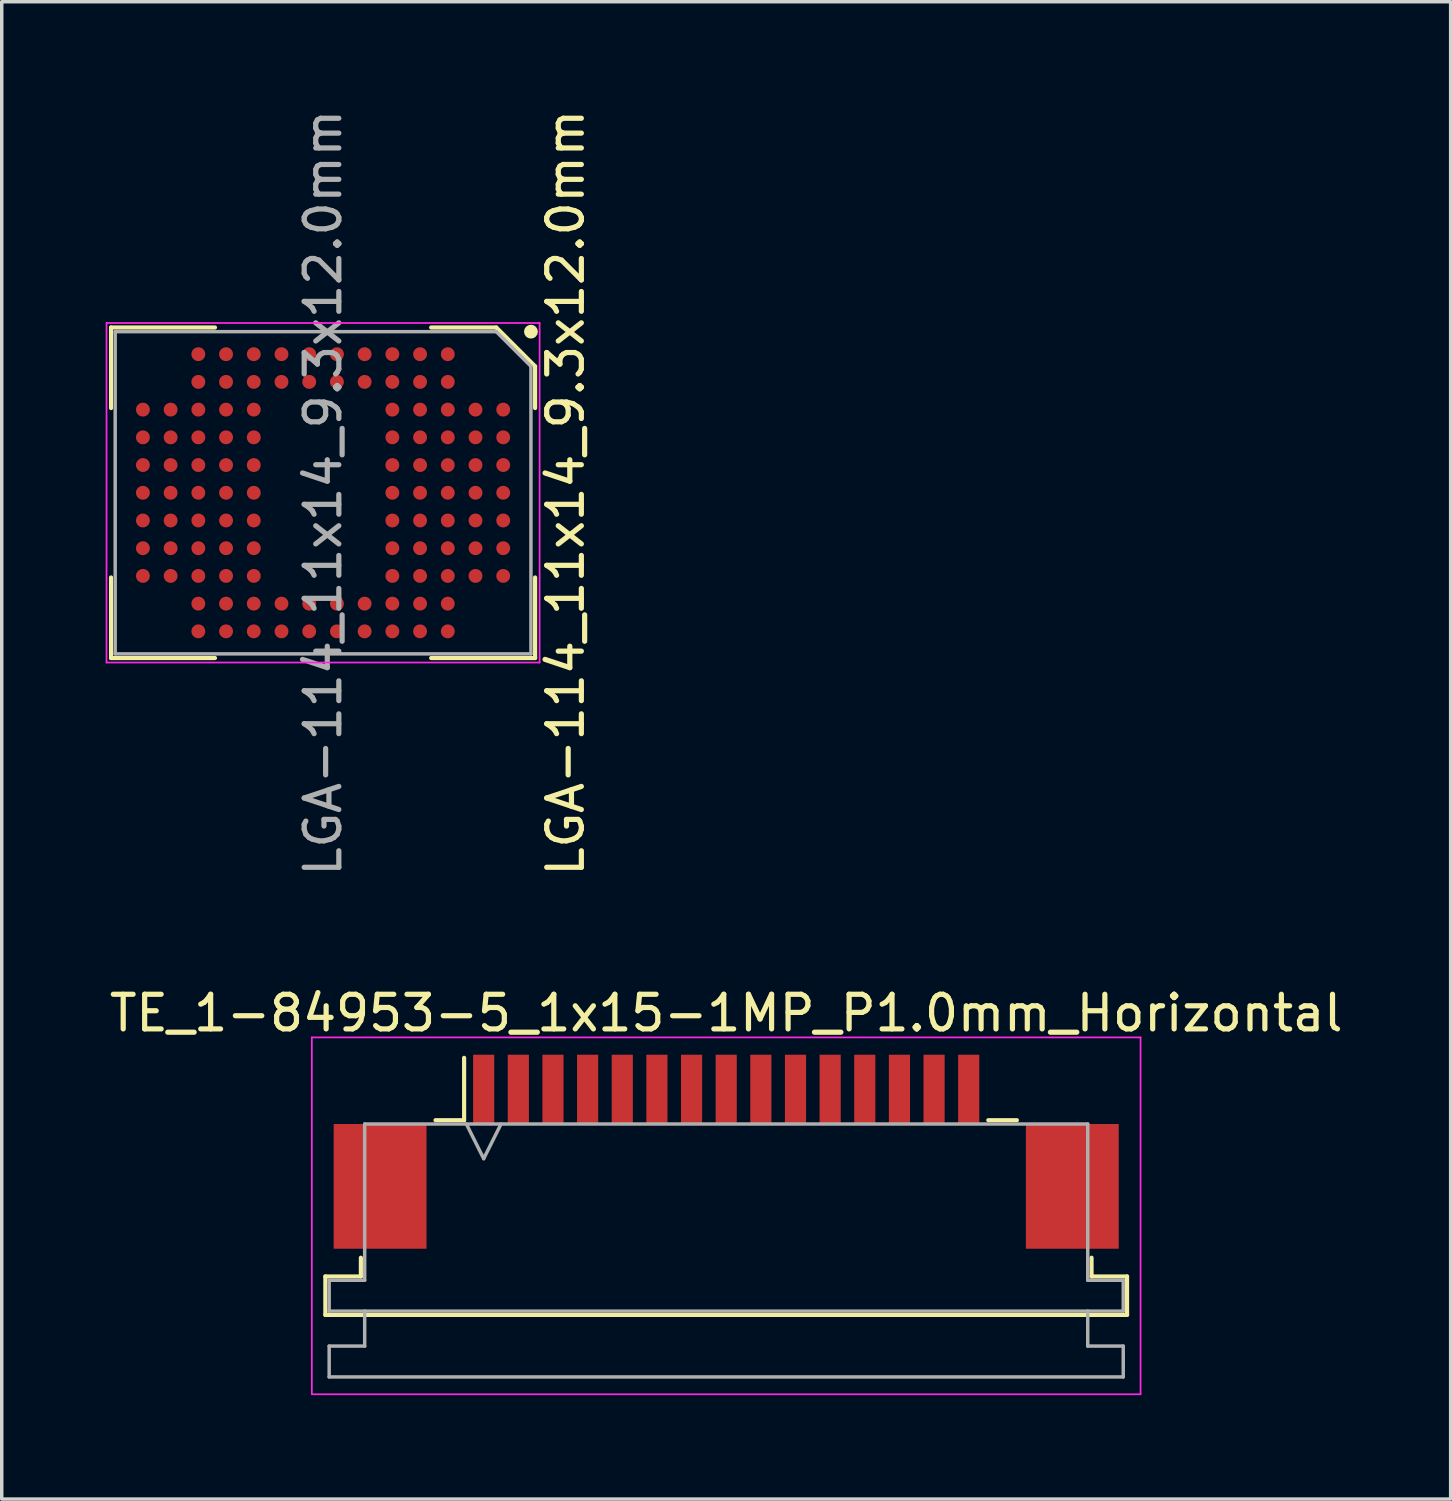
<source format=kicad_pcb>
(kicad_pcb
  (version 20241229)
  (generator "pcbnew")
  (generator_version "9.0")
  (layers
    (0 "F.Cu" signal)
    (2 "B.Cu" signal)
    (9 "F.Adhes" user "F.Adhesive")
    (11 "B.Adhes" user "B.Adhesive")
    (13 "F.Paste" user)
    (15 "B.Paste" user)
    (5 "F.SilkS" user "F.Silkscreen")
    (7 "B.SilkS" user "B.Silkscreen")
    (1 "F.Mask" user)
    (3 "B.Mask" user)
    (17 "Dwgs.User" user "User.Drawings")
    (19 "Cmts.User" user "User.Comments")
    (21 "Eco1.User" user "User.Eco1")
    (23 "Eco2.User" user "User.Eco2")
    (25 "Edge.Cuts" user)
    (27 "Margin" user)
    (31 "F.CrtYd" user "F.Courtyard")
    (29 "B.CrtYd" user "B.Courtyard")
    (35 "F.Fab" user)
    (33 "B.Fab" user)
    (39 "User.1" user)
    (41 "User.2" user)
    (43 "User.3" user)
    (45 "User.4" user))
  (footprint "LGA-114_11x14_9.3x12.0mm"
    (layer "F.Cu")
    (at 6.275 11.173)
    (property "Reference" "LGA-114_11x14_9.3x12.0mm" (at 7 0 90) (layer "F.SilkS") (effects (font (size 1 1) (thickness 0.15))))
    (attr smd)
    (fp_line (start -6.12 -4.77) (end -3.12 -4.77) (stroke (width 0.12) (type default)) (layer "F.SilkS"))
    (fp_line (start -6.12 -2.445) (end -6.12 -4.77) (stroke (width 0.12) (type default)) (layer "F.SilkS"))
    (fp_line (start -6.12 2.445) (end -6.12 4.77) (stroke (width 0.12) (type default)) (layer "F.SilkS"))
    (fp_line (start -6.12 4.77) (end -3.12 4.77) (stroke (width 0.12) (type default)) (layer "F.SilkS"))
    (fp_line (start 5 -4.77) (end 3.12 -4.77) (stroke (width 0.12) (type default)) (layer "F.SilkS"))
    (fp_line (start 6.12 -3.65) (end 5 -4.77) (stroke (width 0.12) (type default)) (layer "F.SilkS"))
    (fp_line (start 6.12 -2.445) (end 6.12 -3.65) (stroke (width 0.12) (type default)) (layer "F.SilkS"))
    (fp_line (start 6.12 2.445) (end 6.12 4.77) (stroke (width 0.12) (type default)) (layer "F.SilkS"))
    (fp_line (start 6.12 4.77) (end 3.12 4.77) (stroke (width 0.12) (type default)) (layer "F.SilkS"))
    (fp_circle (center 6 -4.65) (end 5.9 -4.65) (stroke (width 0.2) (type default)) (fill no) (layer "F.SilkS"))
    (fp_line (start -6.25 -4.9) (end 6.25 -4.9) (stroke (width 0.05) (type default)) (layer "F.CrtYd"))
    (fp_line (start -6.25 4.9) (end -6.25 -4.9) (stroke (width 0.05) (type default)) (layer "F.CrtYd"))
    (fp_line (start 6.25 -4.9) (end 6.25 4.9) (stroke (width 0.05) (type default)) (layer "F.CrtYd"))
    (fp_line (start 6.25 4.9) (end -6.25 4.9) (stroke (width 0.05) (type default)) (layer "F.CrtYd"))
    (fp_line (start -6 -4.65) (end -6 4.65) (stroke (width 0.1) (type default)) (layer "F.Fab"))
    (fp_line (start -6 4.65) (end 6 4.65) (stroke (width 0.1) (type default)) (layer "F.Fab"))
    (fp_line (start 5 -4.65) (end -6 -4.65) (stroke (width 0.1) (type default)) (layer "F.Fab"))
    (fp_line (start 6 -3.65) (end 5 -4.65) (stroke (width 0.1) (type default)) (layer "F.Fab"))
    (fp_line (start 6 4.65) (end 6 -3.65) (stroke (width 0.1) (type default)) (layer "F.Fab"))
    (fp_text user "${REFERENCE}" (at 0 0 90) (layer "F.Fab") (effects (font (size 1 1) (thickness 0.15))))
    (pad "A3" smd circle (at 5.2 -2.4 90) (size 0.4 0.4) (layers "F.Cu" "F.Mask" "F.Paste"))
    (pad "A4" smd circle (at 5.2 -1.6 90) (size 0.4 0.4) (layers "F.Cu" "F.Mask" "F.Paste"))
    (pad "A5" smd circle (at 5.2 -0.8 90) (size 0.4 0.4) (layers "F.Cu" "F.Mask" "F.Paste"))
    (pad "A6" smd circle (at 5.2 0 90) (size 0.4 0.4) (layers "F.Cu" "F.Mask" "F.Paste"))
    (pad "A7" smd circle (at 5.2 0.8 90) (size 0.4 0.4) (layers "F.Cu" "F.Mask" "F.Paste"))
    (pad "A8" smd circle (at 5.2 1.6 90) (size 0.4 0.4) (layers "F.Cu" "F.Mask" "F.Paste"))
    (pad "A9" smd circle (at 5.2 2.4 90) (size 0.4 0.4) (layers "F.Cu" "F.Mask" "F.Paste"))
    (pad "B3" smd circle (at 4.4 -2.4 90) (size 0.4 0.4) (layers "F.Cu" "F.Mask" "F.Paste"))
    (pad "B4" smd circle (at 4.4 -1.6 90) (size 0.4 0.4) (layers "F.Cu" "F.Mask" "F.Paste"))
    (pad "B5" smd circle (at 4.4 -0.8 90) (size 0.4 0.4) (layers "F.Cu" "F.Mask" "F.Paste"))
    (pad "B6" smd circle (at 4.4 0 90) (size 0.4 0.4) (layers "F.Cu" "F.Mask" "F.Paste"))
    (pad "B7" smd circle (at 4.4 0.8 90) (size 0.4 0.4) (layers "F.Cu" "F.Mask" "F.Paste"))
    (pad "B8" smd circle (at 4.4 1.6 90) (size 0.4 0.4) (layers "F.Cu" "F.Mask" "F.Paste"))
    (pad "B9" smd circle (at 4.4 2.4 90) (size 0.4 0.4) (layers "F.Cu" "F.Mask" "F.Paste"))
    (pad "C1" smd circle (at 3.6 -4 90) (size 0.4 0.4) (layers "F.Cu" "F.Mask" "F.Paste"))
    (pad "C2" smd circle (at 3.6 -3.2 90) (size 0.4 0.4) (layers "F.Cu" "F.Mask" "F.Paste"))
    (pad "C3" smd circle (at 3.6 -2.4 90) (size 0.4 0.4) (layers "F.Cu" "F.Mask" "F.Paste"))
    (pad "C4" smd circle (at 3.6 -1.6 90) (size 0.4 0.4) (layers "F.Cu" "F.Mask" "F.Paste"))
    (pad "C5" smd circle (at 3.6 -0.8 90) (size 0.4 0.4) (layers "F.Cu" "F.Mask" "F.Paste"))
    (pad "C6" smd circle (at 3.6 0 90) (size 0.4 0.4) (layers "F.Cu" "F.Mask" "F.Paste"))
    (pad "C7" smd circle (at 3.6 0.8 90) (size 0.4 0.4) (layers "F.Cu" "F.Mask" "F.Paste"))
    (pad "C8" smd circle (at 3.6 1.6 90) (size 0.4 0.4) (layers "F.Cu" "F.Mask" "F.Paste"))
    (pad "C9" smd circle (at 3.6 2.4 90) (size 0.4 0.4) (layers "F.Cu" "F.Mask" "F.Paste"))
    (pad "C10" smd circle (at 3.6 3.2 90) (size 0.4 0.4) (layers "F.Cu" "F.Mask" "F.Paste"))
    (pad "C11" smd circle (at 3.6 4 90) (size 0.4 0.4) (layers "F.Cu" "F.Mask" "F.Paste"))
    (pad "D1" smd circle (at 2.8 -4 90) (size 0.4 0.4) (layers "F.Cu" "F.Mask" "F.Paste"))
    (pad "D2" smd circle (at 2.8 -3.2 90) (size 0.4 0.4) (layers "F.Cu" "F.Mask" "F.Paste"))
    (pad "D3" smd circle (at 2.8 -2.4 90) (size 0.4 0.4) (layers "F.Cu" "F.Mask" "F.Paste"))
    (pad "D4" smd circle (at 2.8 -1.6 90) (size 0.4 0.4) (layers "F.Cu" "F.Mask" "F.Paste"))
    (pad "D5" smd circle (at 2.8 -0.8 90) (size 0.4 0.4) (layers "F.Cu" "F.Mask" "F.Paste"))
    (pad "D6" smd circle (at 2.8 0 90) (size 0.4 0.4) (layers "F.Cu" "F.Mask" "F.Paste"))
    (pad "D7" smd circle (at 2.8 0.8 90) (size 0.4 0.4) (layers "F.Cu" "F.Mask" "F.Paste"))
    (pad "D8" smd circle (at 2.8 1.6 90) (size 0.4 0.4) (layers "F.Cu" "F.Mask" "F.Paste"))
    (pad "D9" smd circle (at 2.8 2.4 90) (size 0.4 0.4) (layers "F.Cu" "F.Mask" "F.Paste"))
    (pad "D10" smd circle (at 2.8 3.2 90) (size 0.4 0.4) (layers "F.Cu" "F.Mask" "F.Paste"))
    (pad "D11" smd circle (at 2.8 4 90) (size 0.4 0.4) (layers "F.Cu" "F.Mask" "F.Paste"))
    (pad "E1" smd circle (at 2 -4 90) (size 0.4 0.4) (layers "F.Cu" "F.Mask" "F.Paste"))
    (pad "E2" smd circle (at 2 -3.2 90) (size 0.4 0.4) (layers "F.Cu" "F.Mask" "F.Paste"))
    (pad "E3" smd circle (at 2 -2.4 90) (size 0.4 0.4) (layers "F.Cu" "F.Mask" "F.Paste"))
    (pad "E4" smd circle (at 2 -1.6 90) (size 0.4 0.4) (layers "F.Cu" "F.Mask" "F.Paste"))
    (pad "E5" smd circle (at 2 -0.8 90) (size 0.4 0.4) (layers "F.Cu" "F.Mask" "F.Paste"))
    (pad "E6" smd circle (at 2 0 90) (size 0.4 0.4) (layers "F.Cu" "F.Mask" "F.Paste"))
    (pad "E7" smd circle (at 2 0.8 90) (size 0.4 0.4) (layers "F.Cu" "F.Mask" "F.Paste"))
    (pad "E8" smd circle (at 2 1.6 90) (size 0.4 0.4) (layers "F.Cu" "F.Mask" "F.Paste"))
    (pad "E9" smd circle (at 2 2.4 90) (size 0.4 0.4) (layers "F.Cu" "F.Mask" "F.Paste"))
    (pad "E10" smd circle (at 2 3.2 90) (size 0.4 0.4) (layers "F.Cu" "F.Mask" "F.Paste"))
    (pad "E11" smd circle (at 2 4 90) (size 0.4 0.4) (layers "F.Cu" "F.Mask" "F.Paste"))
    (pad "F1" smd circle (at 1.2 -4 90) (size 0.4 0.4) (layers "F.Cu" "F.Mask" "F.Paste"))
    (pad "F2" smd circle (at 1.2 -3.2 90) (size 0.4 0.4) (layers "F.Cu" "F.Mask" "F.Paste"))
    (pad "F10" smd circle (at 1.2 3.2 90) (size 0.4 0.4) (layers "F.Cu" "F.Mask" "F.Paste"))
    (pad "F11" smd circle (at 1.2 4 90) (size 0.4 0.4) (layers "F.Cu" "F.Mask" "F.Paste"))
    (pad "G1" smd circle (at 0.4 -4 90) (size 0.4 0.4) (layers "F.Cu" "F.Mask" "F.Paste"))
    (pad "G2" smd circle (at 0.4 -3.2 90) (size 0.4 0.4) (layers "F.Cu" "F.Mask" "F.Paste"))
    (pad "G10" smd circle (at 0.4 3.2 90) (size 0.4 0.4) (layers "F.Cu" "F.Mask" "F.Paste"))
    (pad "G11" smd circle (at 0.4 4 90) (size 0.4 0.4) (layers "F.Cu" "F.Mask" "F.Paste"))
    (pad "H1" smd circle (at -0.4 -4 90) (size 0.4 0.4) (layers "F.Cu" "F.Mask" "F.Paste"))
    (pad "H2" smd circle (at -0.4 -3.2 90) (size 0.4 0.4) (layers "F.Cu" "F.Mask" "F.Paste"))
    (pad "H10" smd circle (at -0.4 3.2 90) (size 0.4 0.4) (layers "F.Cu" "F.Mask" "F.Paste"))
    (pad "H11" smd circle (at -0.4 4 90) (size 0.4 0.4) (layers "F.Cu" "F.Mask" "F.Paste"))
    (pad "J1" smd circle (at -1.2 -4 90) (size 0.4 0.4) (layers "F.Cu" "F.Mask" "F.Paste"))
    (pad "J2" smd circle (at -1.2 -3.2 90) (size 0.4 0.4) (layers "F.Cu" "F.Mask" "F.Paste"))
    (pad "J10" smd circle (at -1.2 3.2 90) (size 0.4 0.4) (layers "F.Cu" "F.Mask" "F.Paste"))
    (pad "J11" smd circle (at -1.2 4 90) (size 0.4 0.4) (layers "F.Cu" "F.Mask" "F.Paste"))
    (pad "K1" smd circle (at -2 -4 90) (size 0.4 0.4) (layers "F.Cu" "F.Mask" "F.Paste"))
    (pad "K2" smd circle (at -2 -3.2 90) (size 0.4 0.4) (layers "F.Cu" "F.Mask" "F.Paste"))
    (pad "K3" smd circle (at -2 -2.4 90) (size 0.4 0.4) (layers "F.Cu" "F.Mask" "F.Paste"))
    (pad "K4" smd circle (at -2 -1.6 90) (size 0.4 0.4) (layers "F.Cu" "F.Mask" "F.Paste"))
    (pad "K5" smd circle (at -2 -0.8 90) (size 0.4 0.4) (layers "F.Cu" "F.Mask" "F.Paste"))
    (pad "K6" smd circle (at -2 0 90) (size 0.4 0.4) (layers "F.Cu" "F.Mask" "F.Paste"))
    (pad "K7" smd circle (at -2 0.8 90) (size 0.4 0.4) (layers "F.Cu" "F.Mask" "F.Paste"))
    (pad "K8" smd circle (at -2 1.6 90) (size 0.4 0.4) (layers "F.Cu" "F.Mask" "F.Paste"))
    (pad "K9" smd circle (at -2 2.4 90) (size 0.4 0.4) (layers "F.Cu" "F.Mask" "F.Paste"))
    (pad "K10" smd circle (at -2 3.2 90) (size 0.4 0.4) (layers "F.Cu" "F.Mask" "F.Paste"))
    (pad "K11" smd circle (at -2 4 90) (size 0.4 0.4) (layers "F.Cu" "F.Mask" "F.Paste"))
    (pad "L1" smd circle (at -2.8 -4 90) (size 0.4 0.4) (layers "F.Cu" "F.Mask" "F.Paste"))
    (pad "L2" smd circle (at -2.8 -3.2 90) (size 0.4 0.4) (layers "F.Cu" "F.Mask" "F.Paste"))
    (pad "L3" smd circle (at -2.8 -2.4 90) (size 0.4 0.4) (layers "F.Cu" "F.Mask" "F.Paste"))
    (pad "L4" smd circle (at -2.8 -1.6 90) (size 0.4 0.4) (layers "F.Cu" "F.Mask" "F.Paste"))
    (pad "L5" smd circle (at -2.8 -0.8 90) (size 0.4 0.4) (layers "F.Cu" "F.Mask" "F.Paste"))
    (pad "L6" smd circle (at -2.8 0 90) (size 0.4 0.4) (layers "F.Cu" "F.Mask" "F.Paste"))
    (pad "L7" smd circle (at -2.8 0.8 90) (size 0.4 0.4) (layers "F.Cu" "F.Mask" "F.Paste"))
    (pad "L8" smd circle (at -2.8 1.6 90) (size 0.4 0.4) (layers "F.Cu" "F.Mask" "F.Paste"))
    (pad "L9" smd circle (at -2.8 2.4 90) (size 0.4 0.4) (layers "F.Cu" "F.Mask" "F.Paste"))
    (pad "L10" smd circle (at -2.8 3.2 90) (size 0.4 0.4) (layers "F.Cu" "F.Mask" "F.Paste"))
    (pad "L11" smd circle (at -2.8 4 90) (size 0.4 0.4) (layers "F.Cu" "F.Mask" "F.Paste"))
    (pad "M1" smd circle (at -3.6 -4 90) (size 0.4 0.4) (layers "F.Cu" "F.Mask" "F.Paste"))
    (pad "M2" smd circle (at -3.6 -3.2 90) (size 0.4 0.4) (layers "F.Cu" "F.Mask" "F.Paste"))
    (pad "M3" smd circle (at -3.6 -2.4 90) (size 0.4 0.4) (layers "F.Cu" "F.Mask" "F.Paste"))
    (pad "M4" smd circle (at -3.6 -1.6 90) (size 0.4 0.4) (layers "F.Cu" "F.Mask" "F.Paste"))
    (pad "M5" smd circle (at -3.6 -0.8 90) (size 0.4 0.4) (layers "F.Cu" "F.Mask" "F.Paste"))
    (pad "M6" smd circle (at -3.6 0 90) (size 0.4 0.4) (layers "F.Cu" "F.Mask" "F.Paste"))
    (pad "M7" smd circle (at -3.6 0.8 90) (size 0.4 0.4) (layers "F.Cu" "F.Mask" "F.Paste"))
    (pad "M8" smd circle (at -3.6 1.6 90) (size 0.4 0.4) (layers "F.Cu" "F.Mask" "F.Paste"))
    (pad "M9" smd circle (at -3.6 2.4 90) (size 0.4 0.4) (layers "F.Cu" "F.Mask" "F.Paste"))
    (pad "M10" smd circle (at -3.6 3.2 90) (size 0.4 0.4) (layers "F.Cu" "F.Mask" "F.Paste"))
    (pad "M11" smd circle (at -3.6 4 90) (size 0.4 0.4) (layers "F.Cu" "F.Mask" "F.Paste"))
    (pad "N3" smd circle (at -4.4 -2.4 90) (size 0.4 0.4) (layers "F.Cu" "F.Mask" "F.Paste"))
    (pad "N4" smd circle (at -4.4 -1.6 90) (size 0.4 0.4) (layers "F.Cu" "F.Mask" "F.Paste"))
    (pad "N5" smd circle (at -4.4 -0.8 90) (size 0.4 0.4) (layers "F.Cu" "F.Mask" "F.Paste"))
    (pad "N6" smd circle (at -4.4 0 90) (size 0.4 0.4) (layers "F.Cu" "F.Mask" "F.Paste"))
    (pad "N7" smd circle (at -4.4 0.8 90) (size 0.4 0.4) (layers "F.Cu" "F.Mask" "F.Paste"))
    (pad "N8" smd circle (at -4.4 1.6 90) (size 0.4 0.4) (layers "F.Cu" "F.Mask" "F.Paste"))
    (pad "N9" smd circle (at -4.4 2.4 90) (size 0.4 0.4) (layers "F.Cu" "F.Mask" "F.Paste"))
    (pad "P3" smd circle (at -5.2 -2.4 90) (size 0.4 0.4) (layers "F.Cu" "F.Mask" "F.Paste"))
    (pad "P4" smd circle (at -5.2 -1.6 90) (size 0.4 0.4) (layers "F.Cu" "F.Mask" "F.Paste"))
    (pad "P5" smd circle (at -5.2 -0.8 90) (size 0.4 0.4) (layers "F.Cu" "F.Mask" "F.Paste"))
    (pad "P6" smd circle (at -5.2 0 90) (size 0.4 0.4) (layers "F.Cu" "F.Mask" "F.Paste"))
    (pad "P7" smd circle (at -5.2 0.8 90) (size 0.4 0.4) (layers "F.Cu" "F.Mask" "F.Paste"))
    (pad "P8" smd circle (at -5.2 1.6 90) (size 0.4 0.4) (layers "F.Cu" "F.Mask" "F.Paste"))
    (pad "P9" smd circle (at -5.2 2.4 90) (size 0.4 0.4) (layers "F.Cu" "F.Mask" "F.Paste")))
  (footprint "TE_1-84953-5_1x15-1MP_P1.0mm_Horizontal"
    (layer "F.Cu")
    (at 17.911 30.193)
    (property "Reference" "TE_1-84953-5_1x15-1MP_P1.0mm_Horizontal" (at 0 -4 0) (layer "F.SilkS") (effects (font (size 1 1) (thickness 0.15))))
    (attr smd)
    (fp_line (start -11.57 3.6) (end -10.545 3.6) (stroke (width 0.12) (type solid)) (layer "F.SilkS"))
    (fp_line (start -11.57 4.71) (end -11.57 3.6) (stroke (width 0.12) (type solid)) (layer "F.SilkS"))
    (fp_line (start -10.545 3.6) (end -10.545 3.06) (stroke (width 0.12) (type solid)) (layer "F.SilkS"))
    (fp_line (start -8.39 -0.91) (end -7.565 -0.91) (stroke (width 0.12) (type solid)) (layer "F.SilkS"))
    (fp_line (start -7.565 -0.91) (end -7.565 -2.71) (stroke (width 0.12) (type solid)) (layer "F.SilkS"))
    (fp_line (start 7.565 -0.91) (end 8.39 -0.91) (stroke (width 0.12) (type solid)) (layer "F.SilkS"))
    (fp_line (start 10.545 3.06) (end 10.545 3.6) (stroke (width 0.12) (type solid)) (layer "F.SilkS"))
    (fp_line (start 10.545 3.6) (end 11.57 3.6) (stroke (width 0.12) (type solid)) (layer "F.SilkS"))
    (fp_line (start 11.57 3.6) (end 11.57 4.71) (stroke (width 0.12) (type solid)) (layer "F.SilkS"))
    (fp_line (start 11.57 4.71) (end -11.57 4.71) (stroke (width 0.12) (type solid)) (layer "F.SilkS"))
    (fp_line (start -11.96 -3.3) (end -11.96 7) (stroke (width 0.05) (type solid)) (layer "F.CrtYd"))
    (fp_line (start -11.96 7) (end 11.96 7) (stroke (width 0.05) (type solid)) (layer "F.CrtYd"))
    (fp_line (start 11.96 -3.3) (end -11.96 -3.3) (stroke (width 0.05) (type solid)) (layer "F.CrtYd"))
    (fp_line (start 11.96 7) (end 11.96 -3.3) (stroke (width 0.05) (type solid)) (layer "F.CrtYd"))
    (fp_line (start -11.46 3.71) (end -10.435 3.71) (stroke (width 0.1) (type solid)) (layer "F.Fab"))
    (fp_line (start -11.46 4.6) (end -11.46 3.71) (stroke (width 0.1) (type solid)) (layer "F.Fab"))
    (fp_line (start -11.46 5.61) (end -10.435 5.61) (stroke (width 0.1) (type solid)) (layer "F.Fab"))
    (fp_line (start -11.46 6.5) (end -11.46 5.61) (stroke (width 0.1) (type solid)) (layer "F.Fab"))
    (fp_line (start -10.435 -0.8) (end 10.435 -0.8) (stroke (width 0.1) (type solid)) (layer "F.Fab"))
    (fp_line (start -10.435 3.71) (end -10.435 -0.8) (stroke (width 0.1) (type solid)) (layer "F.Fab"))
    (fp_line (start -10.435 5.61) (end -10.435 4.6) (stroke (width 0.1) (type solid)) (layer "F.Fab"))
    (fp_line (start -7.5 -0.8) (end -7 0.2) (stroke (width 0.1) (type solid)) (layer "F.Fab"))
    (fp_line (start -7 0.2) (end -6.5 -0.8) (stroke (width 0.1) (type solid)) (layer "F.Fab"))
    (fp_line (start 10.435 -0.8) (end 10.435 3.71) (stroke (width 0.1) (type solid)) (layer "F.Fab"))
    (fp_line (start 10.435 3.71) (end 11.46 3.71) (stroke (width 0.1) (type solid)) (layer "F.Fab"))
    (fp_line (start 10.435 4.6) (end 10.435 5.61) (stroke (width 0.1) (type solid)) (layer "F.Fab"))
    (fp_line (start 10.435 5.61) (end 11.46 5.61) (stroke (width 0.1) (type solid)) (layer "F.Fab"))
    (fp_line (start 11.46 3.71) (end 11.46 4.6) (stroke (width 0.1) (type solid)) (layer "F.Fab"))
    (fp_line (start 11.46 4.6) (end -11.46 4.6) (stroke (width 0.1) (type solid)) (layer "F.Fab"))
    (fp_line (start 11.46 5.61) (end 11.46 6.5) (stroke (width 0.1) (type solid)) (layer "F.Fab"))
    (fp_line (start 11.46 6.5) (end -11.46 6.5) (stroke (width 0.1) (type solid)) (layer "F.Fab"))
    (pad "1" smd rect (at -7 -1.8) (size 0.61 2) (layers "F.Cu" "F.Mask" "F.Paste"))
    (pad "2" smd rect (at -6 -1.8) (size 0.61 2) (layers "F.Cu" "F.Mask" "F.Paste"))
    (pad "3" smd rect (at -5 -1.8) (size 0.61 2) (layers "F.Cu" "F.Mask" "F.Paste"))
    (pad "4" smd rect (at -4 -1.8) (size 0.61 2) (layers "F.Cu" "F.Mask" "F.Paste"))
    (pad "5" smd rect (at -3 -1.8) (size 0.61 2) (layers "F.Cu" "F.Mask" "F.Paste"))
    (pad "6" smd rect (at -2 -1.8) (size 0.61 2) (layers "F.Cu" "F.Mask" "F.Paste"))
    (pad "7" smd rect (at -1 -1.8) (size 0.61 2) (layers "F.Cu" "F.Mask" "F.Paste"))
    (pad "8" smd rect (at 0 -1.8) (size 0.61 2) (layers "F.Cu" "F.Mask" "F.Paste"))
    (pad "9" smd rect (at 1 -1.8) (size 0.61 2) (layers "F.Cu" "F.Mask" "F.Paste"))
    (pad "10" smd rect (at 2 -1.8) (size 0.61 2) (layers "F.Cu" "F.Mask" "F.Paste"))
    (pad "11" smd rect (at 3 -1.8) (size 0.61 2) (layers "F.Cu" "F.Mask" "F.Paste"))
    (pad "12" smd rect (at 4 -1.8) (size 0.61 2) (layers "F.Cu" "F.Mask" "F.Paste"))
    (pad "13" smd rect (at 5 -1.8) (size 0.61 2) (layers "F.Cu" "F.Mask" "F.Paste"))
    (pad "14" smd rect (at 6 -1.8) (size 0.61 2) (layers "F.Cu" "F.Mask" "F.Paste"))
    (pad "15" smd rect (at 7 -1.8) (size 0.61 2) (layers "F.Cu" "F.Mask" "F.Paste"))
    (pad "MP" smd rect (at -9.99 1) (size 2.68 3.6) (layers "F.Cu" "F.Mask" "F.Paste"))
    (pad "MP" smd rect (at 9.99 1) (size 2.68 3.6) (layers "F.Cu" "F.Mask" "F.Paste")))
  (gr_rect
    (start -3 -3)
    (end 38.821 40.218)
    (stroke (width 0.1) (type default))
    (fill no)
    (layer "Edge.Cuts")))
</source>
